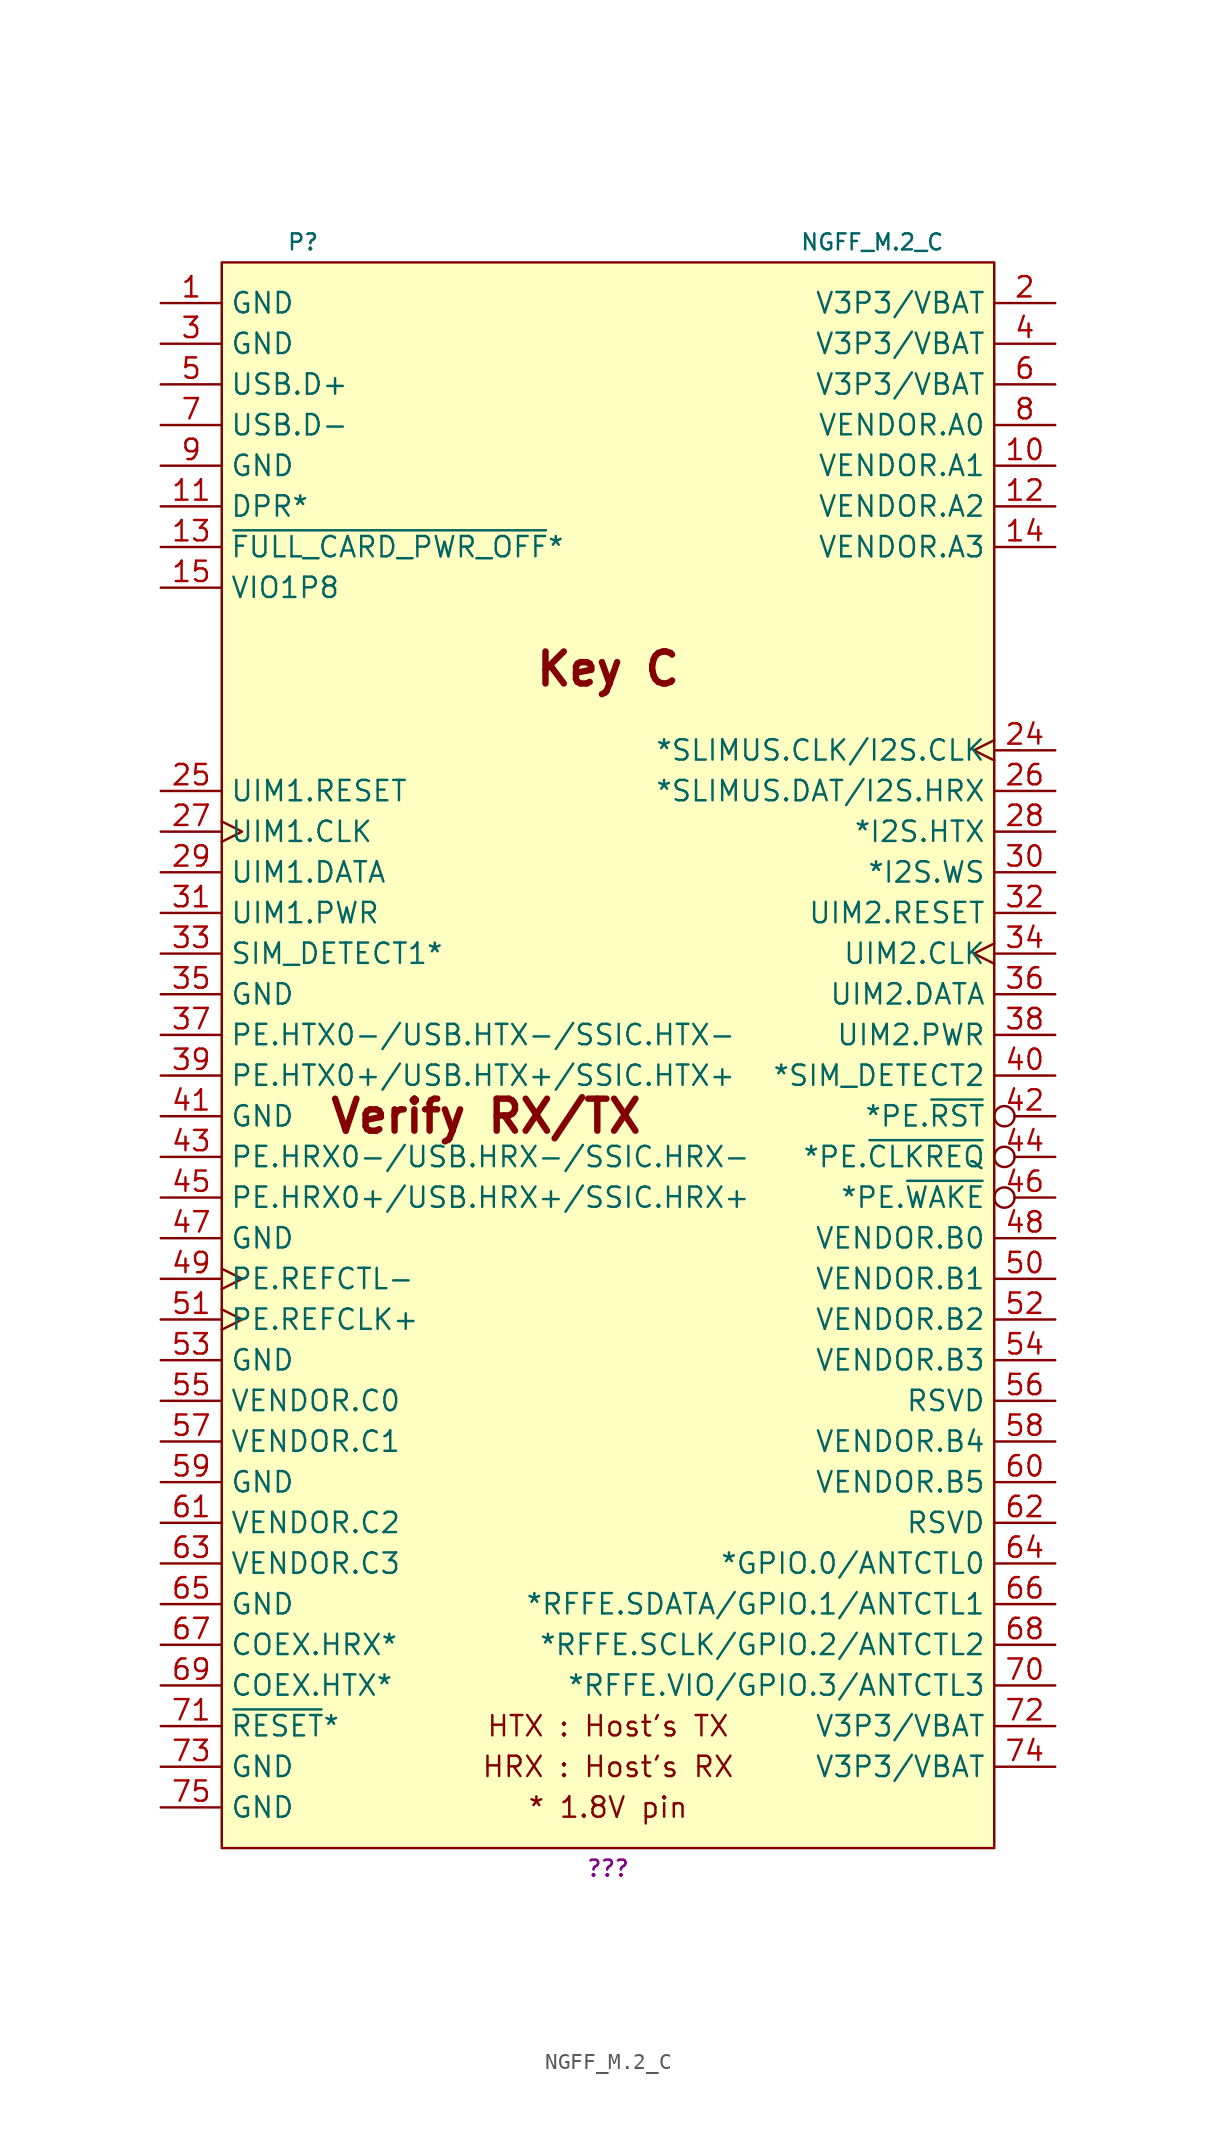
<source format=kicad_sym>
(kicad_symbol_lib
  (version 20231120)
  (generator "kicad_symbol_editor")
  (generator_version "8.0")
  (symbol "NGFF_M.2_C"
    (property "Reference" "P"
      (at -19.05 52.07 0)
      (effects (font (size 1 1))))
    (property "Value" "NGFF_M.2_C"
      (at 16.51 52.07 0)
      (effects (font (size 1 1))))
    (property "MPN" "???"
      (at 0 -49.53 0)
      (effects (font (size 1 1))))
    (symbol "NGFF_M.2_C_0_0"
      (text "* 1.8V pin" (at 0 -45.72 0) (effects (font (size 1.27 1.27))))
      (text "HRX : Host's RX" (at 0 -43.18 0) (effects (font (size 1.27 1.27))))
      (text "HTX : Host's TX" (at 0 -40.64 0) (effects (font (size 1.27 1.27))))
      (text "Key C" (at 0 25.4 0) (effects (font (size 2 2) (bold yes))))
      (text "Verify RX/TX" (at -7.62 -2.54 0) (effects (font (size 2 2) (bold yes)))))
    (symbol "NGFF_M.2_C_1_1"
      (rectangle (start -24.13 50.8) (end 24.13 -48.26) (stroke (width 0.152) (type default)) (fill (type background)))
      (pin power_in line (at -27.94 48.26 0) (length 3.81) (name "GND" (effects (font (size 1.27 1.27)))) (number "1" (effects (font (size 1.27 1.27)))))
      (pin bidirectional line (at 27.94 38.1 180) (length 3.81) (name "VENDOR.A1" (effects (font (size 1.27 1.27)))) (number "10" (effects (font (size 1.27 1.27)))))
      (pin bidirectional line (at -27.94 35.56 0) (length 3.81) (name "DPR*" (effects (font (size 1.27 1.27)))) (number "11" (effects (font (size 1.27 1.27)))))
      (pin bidirectional line (at 27.94 35.56 180) (length 3.81) (name "VENDOR.A2" (effects (font (size 1.27 1.27)))) (number "12" (effects (font (size 1.27 1.27)))))
      (pin bidirectional line (at -27.94 33.02 0) (length 3.81) (name "~{FULL_CARD_PWR_OFF}*" (effects (font (size 1.27 1.27)))) (number "13" (effects (font (size 1.27 1.27)))))
      (pin bidirectional line (at 27.94 33.02 180) (length 3.81) (name "VENDOR.A3" (effects (font (size 1.27 1.27)))) (number "14" (effects (font (size 1.27 1.27)))))
      (pin power_in line (at -27.94 30.48 0) (length 3.81) (name "VIO1P8" (effects (font (size 1.27 1.27)))) (number "15" (effects (font (size 1.27 1.27)))))
      (pin power_in line (at 27.94 48.26 180) (length 3.81) (name "V3P3/VBAT" (effects (font (size 1.27 1.27)))) (number "2" (effects (font (size 1.27 1.27)))))
      (pin bidirectional clock (at 27.94 20.32 180) (length 3.81) (name "*SLIMUS.CLK/I2S.CLK" (effects (font (size 1.27 1.27)))) (number "24" (effects (font (size 1.27 1.27)))))
      (pin bidirectional line (at -27.94 17.78 0) (length 3.81) (name "UIM1.RESET" (effects (font (size 1.27 1.27)))) (number "25" (effects (font (size 1.27 1.27)))))
      (pin bidirectional line (at 27.94 17.78 180) (length 3.81) (name "*SLIMUS.DAT/I2S.HRX" (effects (font (size 1.27 1.27)))) (number "26" (effects (font (size 1.27 1.27)))))
      (pin bidirectional clock (at -27.94 15.24 0) (length 3.81) (name "UIM1.CLK" (effects (font (size 1.27 1.27)))) (number "27" (effects (font (size 1.27 1.27)))))
      (pin bidirectional line (at 27.94 15.24 180) (length 3.81) (name "*I2S.HTX" (effects (font (size 1.27 1.27)))) (number "28" (effects (font (size 1.27 1.27)))))
      (pin bidirectional line (at -27.94 12.7 0) (length 3.81) (name "UIM1.DATA" (effects (font (size 1.27 1.27)))) (number "29" (effects (font (size 1.27 1.27)))))
      (pin power_in line (at -27.94 45.72 0) (length 3.81) (name "GND" (effects (font (size 1.27 1.27)))) (number "3" (effects (font (size 1.27 1.27)))))
      (pin bidirectional line (at 27.94 12.7 180) (length 3.81) (name "*I2S.WS" (effects (font (size 1.27 1.27)))) (number "30" (effects (font (size 1.27 1.27)))))
      (pin bidirectional line (at -27.94 10.16 0) (length 3.81) (name "UIM1.PWR" (effects (font (size 1.27 1.27)))) (number "31" (effects (font (size 1.27 1.27)))))
      (pin bidirectional line (at 27.94 10.16 180) (length 3.81) (name "UIM2.RESET" (effects (font (size 1.27 1.27)))) (number "32" (effects (font (size 1.27 1.27)))))
      (pin bidirectional line (at -27.94 7.62 0) (length 3.81) (name "SIM_DETECT1*" (effects (font (size 1.27 1.27)))) (number "33" (effects (font (size 1.27 1.27)))))
      (pin bidirectional clock (at 27.94 7.62 180) (length 3.81) (name "UIM2.CLK" (effects (font (size 1.27 1.27)))) (number "34" (effects (font (size 1.27 1.27)))))
      (pin power_in line (at -27.94 5.08 0) (length 3.81) (name "GND" (effects (font (size 1.27 1.27)))) (number "35" (effects (font (size 1.27 1.27)))))
      (pin bidirectional line (at 27.94 5.08 180) (length 3.81) (name "UIM2.DATA" (effects (font (size 1.27 1.27)))) (number "36" (effects (font (size 1.27 1.27)))))
      (pin bidirectional line (at -27.94 2.54 0) (length 3.81) (name "PE.HTX0-/USB.HTX-/SSIC.HTX-" (effects (font (size 1.27 1.27)))) (number "37" (effects (font (size 1.27 1.27)))))
      (pin bidirectional line (at 27.94 2.54 180) (length 3.81) (name "UIM2.PWR" (effects (font (size 1.27 1.27)))) (number "38" (effects (font (size 1.27 1.27)))))
      (pin bidirectional line (at -27.94 0 0) (length 3.81) (name "PE.HTX0+/USB.HTX+/SSIC.HTX+" (effects (font (size 1.27 1.27)))) (number "39" (effects (font (size 1.27 1.27)))))
      (pin power_in line (at 27.94 45.72 180) (length 3.81) (name "V3P3/VBAT" (effects (font (size 1.27 1.27)))) (number "4" (effects (font (size 1.27 1.27)))))
      (pin bidirectional line (at 27.94 0 180) (length 3.81) (name "*SIM_DETECT2" (effects (font (size 1.27 1.27)))) (number "40" (effects (font (size 1.27 1.27)))))
      (pin power_in line (at -27.94 -2.54 0) (length 3.81) (name "GND" (effects (font (size 1.27 1.27)))) (number "41" (effects (font (size 1.27 1.27)))))
      (pin bidirectional inverted (at 27.94 -2.54 180) (length 3.81) (name "*PE.~{RST}" (effects (font (size 1.27 1.27)))) (number "42" (effects (font (size 1.27 1.27)))))
      (pin bidirectional line (at -27.94 -5.08 0) (length 3.81) (name "PE.HRX0-/USB.HRX-/SSIC.HRX-" (effects (font (size 1.27 1.27)))) (number "43" (effects (font (size 1.27 1.27)))))
      (pin bidirectional inverted (at 27.94 -5.08 180) (length 3.81) (name "*PE.~{CLKREQ}" (effects (font (size 1.27 1.27)))) (number "44" (effects (font (size 1.27 1.27)))))
      (pin bidirectional line (at -27.94 -7.62 0) (length 3.81) (name "PE.HRX0+/USB.HRX+/SSIC.HRX+" (effects (font (size 1.27 1.27)))) (number "45" (effects (font (size 1.27 1.27)))))
      (pin bidirectional inverted (at 27.94 -7.62 180) (length 3.81) (name "*PE.~{WAKE}" (effects (font (size 1.27 1.27)))) (number "46" (effects (font (size 1.27 1.27)))))
      (pin power_in line (at -27.94 -10.16 0) (length 3.81) (name "GND" (effects (font (size 1.27 1.27)))) (number "47" (effects (font (size 1.27 1.27)))))
      (pin bidirectional line (at 27.94 -10.16 180) (length 3.81) (name "VENDOR.B0" (effects (font (size 1.27 1.27)))) (number "48" (effects (font (size 1.27 1.27)))))
      (pin bidirectional clock (at -27.94 -12.7 0) (length 3.81) (name "PE.REFCTL-" (effects (font (size 1.27 1.27)))) (number "49" (effects (font (size 1.27 1.27)))))
      (pin bidirectional line (at -27.94 43.18 0) (length 3.81) (name "USB.D+" (effects (font (size 1.27 1.27)))) (number "5" (effects (font (size 1.27 1.27)))))
      (pin bidirectional line (at 27.94 -12.7 180) (length 3.81) (name "VENDOR.B1" (effects (font (size 1.27 1.27)))) (number "50" (effects (font (size 1.27 1.27)))))
      (pin bidirectional clock (at -27.94 -15.24 0) (length 3.81) (name "PE.REFCLK+" (effects (font (size 1.27 1.27)))) (number "51" (effects (font (size 1.27 1.27)))))
      (pin bidirectional line (at 27.94 -15.24 180) (length 3.81) (name "VENDOR.B2" (effects (font (size 1.27 1.27)))) (number "52" (effects (font (size 1.27 1.27)))))
      (pin power_in line (at -27.94 -17.78 0) (length 3.81) (name "GND" (effects (font (size 1.27 1.27)))) (number "53" (effects (font (size 1.27 1.27)))))
      (pin bidirectional line (at 27.94 -17.78 180) (length 3.81) (name "VENDOR.B3" (effects (font (size 1.27 1.27)))) (number "54" (effects (font (size 1.27 1.27)))))
      (pin bidirectional line (at -27.94 -20.32 0) (length 3.81) (name "VENDOR.C0" (effects (font (size 1.27 1.27)))) (number "55" (effects (font (size 1.27 1.27)))))
      (pin passive line (at 27.94 -20.32 180) (length 3.81) (name "RSVD" (effects (font (size 1.27 1.27)))) (number "56" (effects (font (size 1.27 1.27)))))
      (pin bidirectional line (at -27.94 -22.86 0) (length 3.81) (name "VENDOR.C1" (effects (font (size 1.27 1.27)))) (number "57" (effects (font (size 1.27 1.27)))))
      (pin bidirectional line (at 27.94 -22.86 180) (length 3.81) (name "VENDOR.B4" (effects (font (size 1.27 1.27)))) (number "58" (effects (font (size 1.27 1.27)))))
      (pin power_in line (at -27.94 -25.4 0) (length 3.81) (name "GND" (effects (font (size 1.27 1.27)))) (number "59" (effects (font (size 1.27 1.27)))))
      (pin power_in line (at 27.94 43.18 180) (length 3.81) (name "V3P3/VBAT" (effects (font (size 1.27 1.27)))) (number "6" (effects (font (size 1.27 1.27)))))
      (pin bidirectional line (at 27.94 -25.4 180) (length 3.81) (name "VENDOR.B5" (effects (font (size 1.27 1.27)))) (number "60" (effects (font (size 1.27 1.27)))))
      (pin bidirectional line (at -27.94 -27.94 0) (length 3.81) (name "VENDOR.C2" (effects (font (size 1.27 1.27)))) (number "61" (effects (font (size 1.27 1.27)))))
      (pin passive line (at 27.94 -27.94 180) (length 3.81) (name "RSVD" (effects (font (size 1.27 1.27)))) (number "62" (effects (font (size 1.27 1.27)))))
      (pin bidirectional line (at -27.94 -30.48 0) (length 3.81) (name "VENDOR.C3" (effects (font (size 1.27 1.27)))) (number "63" (effects (font (size 1.27 1.27)))))
      (pin bidirectional line (at 27.94 -30.48 180) (length 3.81) (name "*GPIO.0/ANTCTL0" (effects (font (size 1.27 1.27)))) (number "64" (effects (font (size 1.27 1.27)))))
      (pin power_in line (at -27.94 -33.02 0) (length 3.81) (name "GND" (effects (font (size 1.27 1.27)))) (number "65" (effects (font (size 1.27 1.27)))))
      (pin bidirectional line (at 27.94 -33.02 180) (length 3.81) (name "*RFFE.SDATA/GPIO.1/ANTCTL1" (effects (font (size 1.27 1.27)))) (number "66" (effects (font (size 1.27 1.27)))))
      (pin bidirectional line (at -27.94 -35.56 0) (length 3.81) (name "COEX.HRX*" (effects (font (size 1.27 1.27)))) (number "67" (effects (font (size 1.27 1.27)))))
      (pin bidirectional line (at 27.94 -35.56 180) (length 3.81) (name "*RFFE.SCLK/GPIO.2/ANTCTL2" (effects (font (size 1.27 1.27)))) (number "68" (effects (font (size 1.27 1.27)))))
      (pin bidirectional line (at -27.94 -38.1 0) (length 3.81) (name "COEX.HTX*" (effects (font (size 1.27 1.27)))) (number "69" (effects (font (size 1.27 1.27)))))
      (pin bidirectional line (at -27.94 40.64 0) (length 3.81) (name "USB.D-" (effects (font (size 1.27 1.27)))) (number "7" (effects (font (size 1.27 1.27)))))
      (pin bidirectional line (at 27.94 -38.1 180) (length 3.81) (name "*RFFE.VIO/GPIO.3/ANTCTL3" (effects (font (size 1.27 1.27)))) (number "70" (effects (font (size 1.27 1.27)))))
      (pin bidirectional line (at -27.94 -40.64 0) (length 3.81) (name "~{RESET}*" (effects (font (size 1.27 1.27)))) (number "71" (effects (font (size 1.27 1.27)))))
      (pin power_in line (at 27.94 -40.64 180) (length 3.81) (name "V3P3/VBAT" (effects (font (size 1.27 1.27)))) (number "72" (effects (font (size 1.27 1.27)))))
      (pin power_in line (at -27.94 -43.18 0) (length 3.81) (name "GND" (effects (font (size 1.27 1.27)))) (number "73" (effects (font (size 1.27 1.27)))))
      (pin power_in line (at 27.94 -43.18 180) (length 3.81) (name "V3P3/VBAT" (effects (font (size 1.27 1.27)))) (number "74" (effects (font (size 1.27 1.27)))))
      (pin power_in line (at -27.94 -45.72 0) (length 3.81) (name "GND" (effects (font (size 1.27 1.27)))) (number "75" (effects (font (size 1.27 1.27)))))
      (pin bidirectional line (at 27.94 40.64 180) (length 3.81) (name "VENDOR.A0" (effects (font (size 1.27 1.27)))) (number "8" (effects (font (size 1.27 1.27)))))
      (pin power_in line (at -27.94 38.1 0) (length 3.81) (name "GND" (effects (font (size 1.27 1.27)))) (number "9" (effects (font (size 1.27 1.27))))))))
</source>
